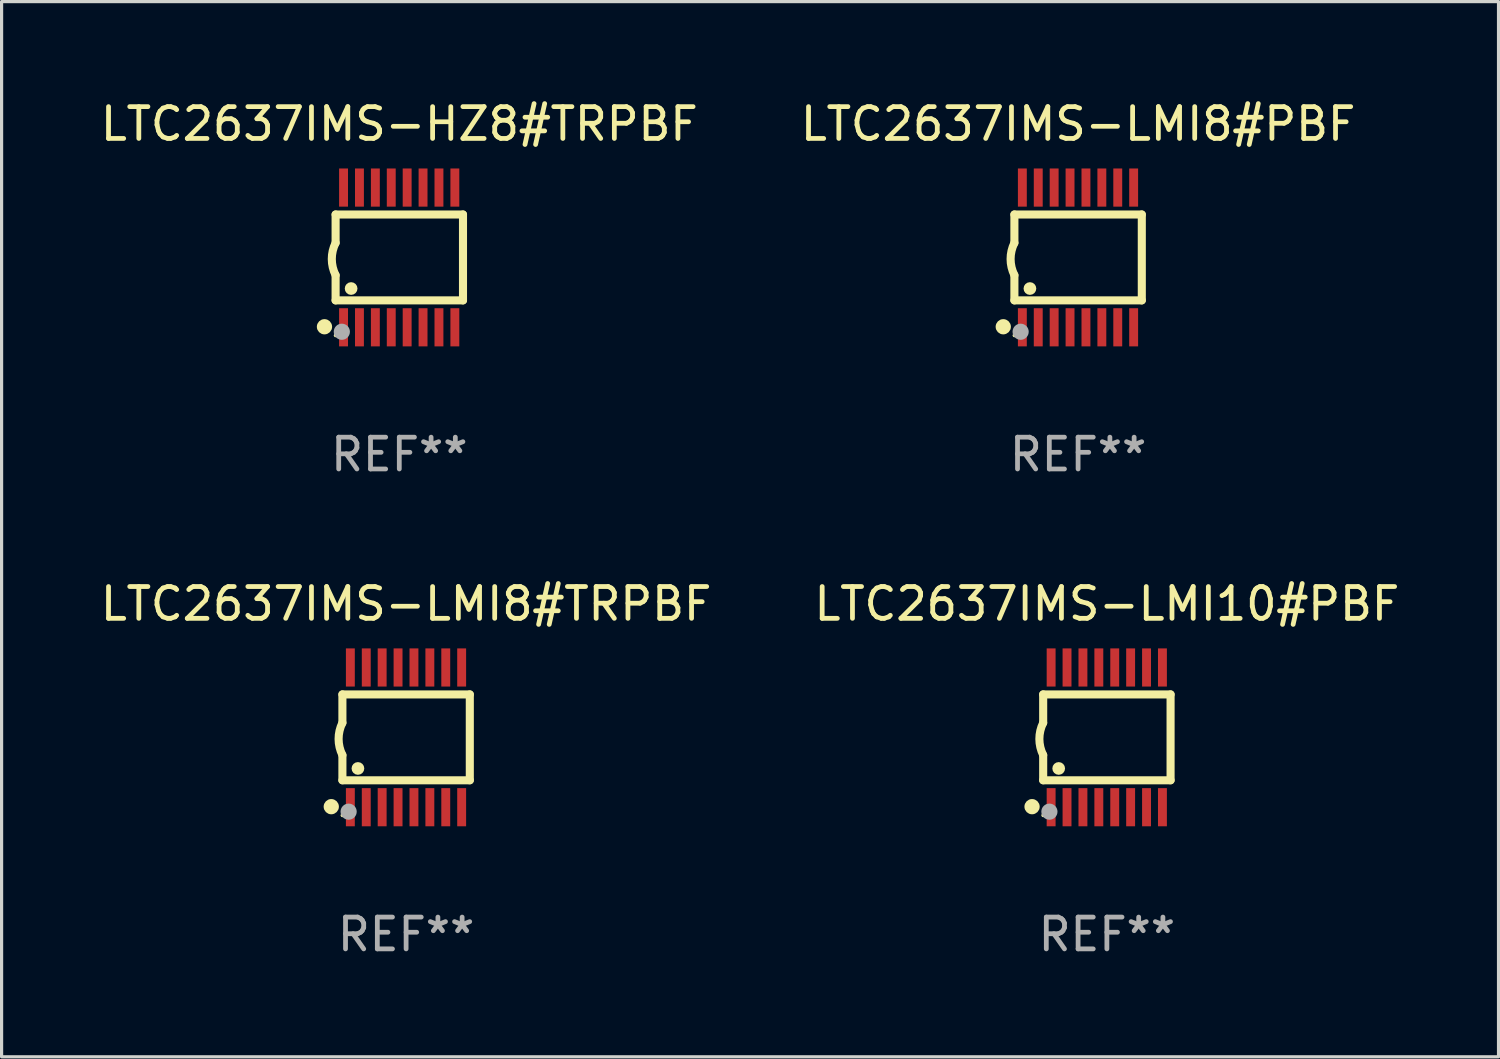
<source format=kicad_pcb>
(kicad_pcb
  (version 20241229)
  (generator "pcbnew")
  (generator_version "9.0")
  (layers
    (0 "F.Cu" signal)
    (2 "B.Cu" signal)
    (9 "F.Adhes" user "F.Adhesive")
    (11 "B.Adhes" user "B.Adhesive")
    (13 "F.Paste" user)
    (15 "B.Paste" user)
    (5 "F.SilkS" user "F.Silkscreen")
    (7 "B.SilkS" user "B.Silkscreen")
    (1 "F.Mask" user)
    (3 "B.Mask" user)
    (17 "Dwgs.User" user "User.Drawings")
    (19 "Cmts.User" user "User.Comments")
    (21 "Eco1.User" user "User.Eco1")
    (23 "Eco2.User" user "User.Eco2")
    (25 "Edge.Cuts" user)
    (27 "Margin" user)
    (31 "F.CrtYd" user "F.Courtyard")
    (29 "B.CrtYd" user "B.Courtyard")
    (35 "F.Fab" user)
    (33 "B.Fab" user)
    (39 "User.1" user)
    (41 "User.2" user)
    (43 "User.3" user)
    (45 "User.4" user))
  (footprint "LTC2637IMS-LMI8#TRPBF"
    (layer "F.Cu")
    (at 9.72 20.136)
    (property "Reference" "LTC2637IMS-LMI8#TRPBF" (at 0 -4.197 0) (layer "F.SilkS") (effects (font (size 1 1) (thickness 0.15))))
    (attr through_hole)
    (fp_line (start -2.003 -1.35) (end -2.003 -0.457) (stroke (width 0.254) (type solid)) (layer "F.SilkS"))
    (fp_line (start -2.003 -1.35) (end 2.003 -1.35) (stroke (width 0.254) (type solid)) (layer "F.SilkS"))
    (fp_line (start -2.003 1.35) (end -2.003 0.559) (stroke (width 0.254) (type solid)) (layer "F.SilkS"))
    (fp_line (start -2.003 1.35) (end 2.003 1.35) (stroke (width 0.254) (type solid)) (layer "F.SilkS"))
    (fp_line (start 2.003 -1.35) (end 2.003 1.35) (stroke (width 0.254) (type solid)) (layer "F.SilkS"))
    (fp_arc (start -2.002286 0.558802) (mid -2.122556 0.05092) (end -2.003302 -0.457201) (stroke (width 0.254001) (type solid)) (layer "F.SilkS"))
    (fp_circle (center -2.353 2.18) (end -2.233 2.18) (stroke (width 0.24) (type solid)) (fill no) (layer "F.SilkS"))
    (fp_circle (center -2.003 2.45) (end -1.973 2.45) (stroke (width 0.06) (type solid)) (fill no) (layer "F.SilkS"))
    (fp_circle (center -1.515 0.978) (end -1.415 0.978) (stroke (width 0.2) (type solid)) (fill no) (layer "F.SilkS"))
    (fp_circle (center -1.807 2.337) (end -1.68 2.337) (stroke (width 0.254) (type solid)) (fill no) (layer "F.Fab"))
    (fp_text user "REF**" (at 0 6.197 0) (layer "F.Fab") (effects (font (size 1 1) (thickness 0.15))))
    (pad "1" smd rect (at -1.753 2.197 90) (size 1.2 0.28) (layers "F.Cu" "F.Mask" "F.Paste"))
    (pad "2" smd rect (at -1.253 2.197 90) (size 1.2 0.28) (layers "F.Cu" "F.Mask" "F.Paste"))
    (pad "3" smd rect (at -0.753 2.197 90) (size 1.2 0.28) (layers "F.Cu" "F.Mask" "F.Paste"))
    (pad "4" smd rect (at -0.253 2.197 90) (size 1.2 0.28) (layers "F.Cu" "F.Mask" "F.Paste"))
    (pad "5" smd rect (at 0.247 2.197 90) (size 1.2 0.28) (layers "F.Cu" "F.Mask" "F.Paste"))
    (pad "6" smd rect (at 0.747 2.197 90) (size 1.2 0.28) (layers "F.Cu" "F.Mask" "F.Paste"))
    (pad "7" smd rect (at 1.247 2.197 90) (size 1.2 0.28) (layers "F.Cu" "F.Mask" "F.Paste"))
    (pad "8" smd rect (at 1.747 2.197 90) (size 1.2 0.28) (layers "F.Cu" "F.Mask" "F.Paste"))
    (pad "9" smd rect (at 1.747 -2.197 90) (size 1.2 0.28) (layers "F.Cu" "F.Mask" "F.Paste"))
    (pad "10" smd rect (at 1.247 -2.197 90) (size 1.2 0.28) (layers "F.Cu" "F.Mask" "F.Paste"))
    (pad "11" smd rect (at 0.747 -2.197 90) (size 1.2 0.28) (layers "F.Cu" "F.Mask" "F.Paste"))
    (pad "12" smd rect (at 0.247 -2.197 90) (size 1.2 0.28) (layers "F.Cu" "F.Mask" "F.Paste"))
    (pad "13" smd rect (at -0.253 -2.197 90) (size 1.2 0.28) (layers "F.Cu" "F.Mask" "F.Paste"))
    (pad "14" smd rect (at -0.753 -2.197 90) (size 1.2 0.28) (layers "F.Cu" "F.Mask" "F.Paste"))
    (pad "15" smd rect (at -1.253 -2.197 90) (size 1.2 0.28) (layers "F.Cu" "F.Mask" "F.Paste"))
    (pad "16" smd rect (at -1.753 -2.197 90) (size 1.2 0.28) (layers "F.Cu" "F.Mask" "F.Paste")))
  (footprint "LTC2637IMS-LMI10#PBF"
    (layer "F.Cu")
    (at 31.756 20.136)
    (property "Reference" "LTC2637IMS-LMI10#PBF" (at 0 -4.197 0) (layer "F.SilkS") (effects (font (size 1 1) (thickness 0.15))))
    (attr through_hole)
    (fp_line (start -2.003 -1.35) (end -2.003 -0.457) (stroke (width 0.254) (type solid)) (layer "F.SilkS"))
    (fp_line (start -2.003 -1.35) (end 2.003 -1.35) (stroke (width 0.254) (type solid)) (layer "F.SilkS"))
    (fp_line (start -2.003 1.35) (end -2.003 0.559) (stroke (width 0.254) (type solid)) (layer "F.SilkS"))
    (fp_line (start -2.003 1.35) (end 2.003 1.35) (stroke (width 0.254) (type solid)) (layer "F.SilkS"))
    (fp_line (start 2.003 -1.35) (end 2.003 1.35) (stroke (width 0.254) (type solid)) (layer "F.SilkS"))
    (fp_arc (start -2.002286 0.558802) (mid -2.122556 0.05092) (end -2.003302 -0.457201) (stroke (width 0.254001) (type solid)) (layer "F.SilkS"))
    (fp_circle (center -2.353 2.18) (end -2.233 2.18) (stroke (width 0.24) (type solid)) (fill no) (layer "F.SilkS"))
    (fp_circle (center -2.003 2.45) (end -1.973 2.45) (stroke (width 0.06) (type solid)) (fill no) (layer "F.SilkS"))
    (fp_circle (center -1.515 0.978) (end -1.415 0.978) (stroke (width 0.2) (type solid)) (fill no) (layer "F.SilkS"))
    (fp_circle (center -1.807 2.337) (end -1.68 2.337) (stroke (width 0.254) (type solid)) (fill no) (layer "F.Fab"))
    (fp_text user "REF**" (at 0 6.197 0) (layer "F.Fab") (effects (font (size 1 1) (thickness 0.15))))
    (pad "1" smd rect (at -1.753 2.197 90) (size 1.2 0.28) (layers "F.Cu" "F.Mask" "F.Paste"))
    (pad "2" smd rect (at -1.253 2.197 90) (size 1.2 0.28) (layers "F.Cu" "F.Mask" "F.Paste"))
    (pad "3" smd rect (at -0.753 2.197 90) (size 1.2 0.28) (layers "F.Cu" "F.Mask" "F.Paste"))
    (pad "4" smd rect (at -0.253 2.197 90) (size 1.2 0.28) (layers "F.Cu" "F.Mask" "F.Paste"))
    (pad "5" smd rect (at 0.247 2.197 90) (size 1.2 0.28) (layers "F.Cu" "F.Mask" "F.Paste"))
    (pad "6" smd rect (at 0.747 2.197 90) (size 1.2 0.28) (layers "F.Cu" "F.Mask" "F.Paste"))
    (pad "7" smd rect (at 1.247 2.197 90) (size 1.2 0.28) (layers "F.Cu" "F.Mask" "F.Paste"))
    (pad "8" smd rect (at 1.747 2.197 90) (size 1.2 0.28) (layers "F.Cu" "F.Mask" "F.Paste"))
    (pad "9" smd rect (at 1.747 -2.197 90) (size 1.2 0.28) (layers "F.Cu" "F.Mask" "F.Paste"))
    (pad "10" smd rect (at 1.247 -2.197 90) (size 1.2 0.28) (layers "F.Cu" "F.Mask" "F.Paste"))
    (pad "11" smd rect (at 0.747 -2.197 90) (size 1.2 0.28) (layers "F.Cu" "F.Mask" "F.Paste"))
    (pad "12" smd rect (at 0.247 -2.197 90) (size 1.2 0.28) (layers "F.Cu" "F.Mask" "F.Paste"))
    (pad "13" smd rect (at -0.253 -2.197 90) (size 1.2 0.28) (layers "F.Cu" "F.Mask" "F.Paste"))
    (pad "14" smd rect (at -0.753 -2.197 90) (size 1.2 0.28) (layers "F.Cu" "F.Mask" "F.Paste"))
    (pad "15" smd rect (at -1.253 -2.197 90) (size 1.2 0.28) (layers "F.Cu" "F.Mask" "F.Paste"))
    (pad "16" smd rect (at -1.753 -2.197 90) (size 1.2 0.28) (layers "F.Cu" "F.Mask" "F.Paste")))
  (footprint "LTC2637IMS-LMI8#PBF"
    (layer "F.Cu")
    (at 30.851 5.045)
    (property "Reference" "LTC2637IMS-LMI8#PBF" (at 0 -4.197 0) (layer "F.SilkS") (effects (font (size 1 1) (thickness 0.15))))
    (attr through_hole)
    (fp_line (start -2.003 -1.35) (end -2.003 -0.457) (stroke (width 0.254) (type solid)) (layer "F.SilkS"))
    (fp_line (start -2.003 -1.35) (end 2.003 -1.35) (stroke (width 0.254) (type solid)) (layer "F.SilkS"))
    (fp_line (start -2.003 1.35) (end -2.003 0.559) (stroke (width 0.254) (type solid)) (layer "F.SilkS"))
    (fp_line (start -2.003 1.35) (end 2.003 1.35) (stroke (width 0.254) (type solid)) (layer "F.SilkS"))
    (fp_line (start 2.003 -1.35) (end 2.003 1.35) (stroke (width 0.254) (type solid)) (layer "F.SilkS"))
    (fp_arc (start -2.002286 0.558802) (mid -2.122556 0.05092) (end -2.003302 -0.457201) (stroke (width 0.254001) (type solid)) (layer "F.SilkS"))
    (fp_circle (center -2.353 2.18) (end -2.233 2.18) (stroke (width 0.24) (type solid)) (fill no) (layer "F.SilkS"))
    (fp_circle (center -2.003 2.45) (end -1.973 2.45) (stroke (width 0.06) (type solid)) (fill no) (layer "F.SilkS"))
    (fp_circle (center -1.515 0.978) (end -1.415 0.978) (stroke (width 0.2) (type solid)) (fill no) (layer "F.SilkS"))
    (fp_circle (center -1.807 2.337) (end -1.68 2.337) (stroke (width 0.254) (type solid)) (fill no) (layer "F.Fab"))
    (fp_text user "REF**" (at 0 6.197 0) (layer "F.Fab") (effects (font (size 1 1) (thickness 0.15))))
    (pad "1" smd rect (at -1.753 2.197 90) (size 1.2 0.28) (layers "F.Cu" "F.Mask" "F.Paste"))
    (pad "2" smd rect (at -1.253 2.197 90) (size 1.2 0.28) (layers "F.Cu" "F.Mask" "F.Paste"))
    (pad "3" smd rect (at -0.753 2.197 90) (size 1.2 0.28) (layers "F.Cu" "F.Mask" "F.Paste"))
    (pad "4" smd rect (at -0.253 2.197 90) (size 1.2 0.28) (layers "F.Cu" "F.Mask" "F.Paste"))
    (pad "5" smd rect (at 0.247 2.197 90) (size 1.2 0.28) (layers "F.Cu" "F.Mask" "F.Paste"))
    (pad "6" smd rect (at 0.747 2.197 90) (size 1.2 0.28) (layers "F.Cu" "F.Mask" "F.Paste"))
    (pad "7" smd rect (at 1.247 2.197 90) (size 1.2 0.28) (layers "F.Cu" "F.Mask" "F.Paste"))
    (pad "8" smd rect (at 1.747 2.197 90) (size 1.2 0.28) (layers "F.Cu" "F.Mask" "F.Paste"))
    (pad "9" smd rect (at 1.747 -2.197 90) (size 1.2 0.28) (layers "F.Cu" "F.Mask" "F.Paste"))
    (pad "10" smd rect (at 1.247 -2.197 90) (size 1.2 0.28) (layers "F.Cu" "F.Mask" "F.Paste"))
    (pad "11" smd rect (at 0.747 -2.197 90) (size 1.2 0.28) (layers "F.Cu" "F.Mask" "F.Paste"))
    (pad "12" smd rect (at 0.247 -2.197 90) (size 1.2 0.28) (layers "F.Cu" "F.Mask" "F.Paste"))
    (pad "13" smd rect (at -0.253 -2.197 90) (size 1.2 0.28) (layers "F.Cu" "F.Mask" "F.Paste"))
    (pad "14" smd rect (at -0.753 -2.197 90) (size 1.2 0.28) (layers "F.Cu" "F.Mask" "F.Paste"))
    (pad "15" smd rect (at -1.253 -2.197 90) (size 1.2 0.28) (layers "F.Cu" "F.Mask" "F.Paste"))
    (pad "16" smd rect (at -1.753 -2.197 90) (size 1.2 0.28) (layers "F.Cu" "F.Mask" "F.Paste")))
  (footprint "LTC2637IMS-HZ8#TRPBF"
    (layer "F.Cu")
    (at 9.506 5.045)
    (property "Reference" "LTC2637IMS-HZ8#TRPBF" (at 0 -4.197 0) (layer "F.SilkS") (effects (font (size 1 1) (thickness 0.15))))
    (attr through_hole)
    (fp_line (start -2.003 -1.35) (end -2.003 -0.457) (stroke (width 0.254) (type solid)) (layer "F.SilkS"))
    (fp_line (start -2.003 -1.35) (end 2.003 -1.35) (stroke (width 0.254) (type solid)) (layer "F.SilkS"))
    (fp_line (start -2.003 1.35) (end -2.003 0.559) (stroke (width 0.254) (type solid)) (layer "F.SilkS"))
    (fp_line (start -2.003 1.35) (end 2.003 1.35) (stroke (width 0.254) (type solid)) (layer "F.SilkS"))
    (fp_line (start 2.003 -1.35) (end 2.003 1.35) (stroke (width 0.254) (type solid)) (layer "F.SilkS"))
    (fp_arc (start -2.002286 0.558802) (mid -2.122556 0.05092) (end -2.003302 -0.457201) (stroke (width 0.254001) (type solid)) (layer "F.SilkS"))
    (fp_circle (center -2.353 2.18) (end -2.233 2.18) (stroke (width 0.24) (type solid)) (fill no) (layer "F.SilkS"))
    (fp_circle (center -2.003 2.45) (end -1.973 2.45) (stroke (width 0.06) (type solid)) (fill no) (layer "F.SilkS"))
    (fp_circle (center -1.515 0.978) (end -1.415 0.978) (stroke (width 0.2) (type solid)) (fill no) (layer "F.SilkS"))
    (fp_circle (center -1.807 2.337) (end -1.68 2.337) (stroke (width 0.254) (type solid)) (fill no) (layer "F.Fab"))
    (fp_text user "REF**" (at 0 6.197 0) (layer "F.Fab") (effects (font (size 1 1) (thickness 0.15))))
    (pad "1" smd rect (at -1.753 2.197 90) (size 1.2 0.28) (layers "F.Cu" "F.Mask" "F.Paste"))
    (pad "2" smd rect (at -1.253 2.197 90) (size 1.2 0.28) (layers "F.Cu" "F.Mask" "F.Paste"))
    (pad "3" smd rect (at -0.753 2.197 90) (size 1.2 0.28) (layers "F.Cu" "F.Mask" "F.Paste"))
    (pad "4" smd rect (at -0.253 2.197 90) (size 1.2 0.28) (layers "F.Cu" "F.Mask" "F.Paste"))
    (pad "5" smd rect (at 0.247 2.197 90) (size 1.2 0.28) (layers "F.Cu" "F.Mask" "F.Paste"))
    (pad "6" smd rect (at 0.747 2.197 90) (size 1.2 0.28) (layers "F.Cu" "F.Mask" "F.Paste"))
    (pad "7" smd rect (at 1.247 2.197 90) (size 1.2 0.28) (layers "F.Cu" "F.Mask" "F.Paste"))
    (pad "8" smd rect (at 1.747 2.197 90) (size 1.2 0.28) (layers "F.Cu" "F.Mask" "F.Paste"))
    (pad "9" smd rect (at 1.747 -2.197 90) (size 1.2 0.28) (layers "F.Cu" "F.Mask" "F.Paste"))
    (pad "10" smd rect (at 1.247 -2.197 90) (size 1.2 0.28) (layers "F.Cu" "F.Mask" "F.Paste"))
    (pad "11" smd rect (at 0.747 -2.197 90) (size 1.2 0.28) (layers "F.Cu" "F.Mask" "F.Paste"))
    (pad "12" smd rect (at 0.247 -2.197 90) (size 1.2 0.28) (layers "F.Cu" "F.Mask" "F.Paste"))
    (pad "13" smd rect (at -0.253 -2.197 90) (size 1.2 0.28) (layers "F.Cu" "F.Mask" "F.Paste"))
    (pad "14" smd rect (at -0.753 -2.197 90) (size 1.2 0.28) (layers "F.Cu" "F.Mask" "F.Paste"))
    (pad "15" smd rect (at -1.253 -2.197 90) (size 1.2 0.28) (layers "F.Cu" "F.Mask" "F.Paste"))
    (pad "16" smd rect (at -1.753 -2.197 90) (size 1.2 0.28) (layers "F.Cu" "F.Mask" "F.Paste")))
  (gr_rect
    (start -3 -3)
    (end 44.071 30.181)
    (stroke (width 0.1) (type default))
    (fill no)
    (layer "Edge.Cuts")))
</source>
